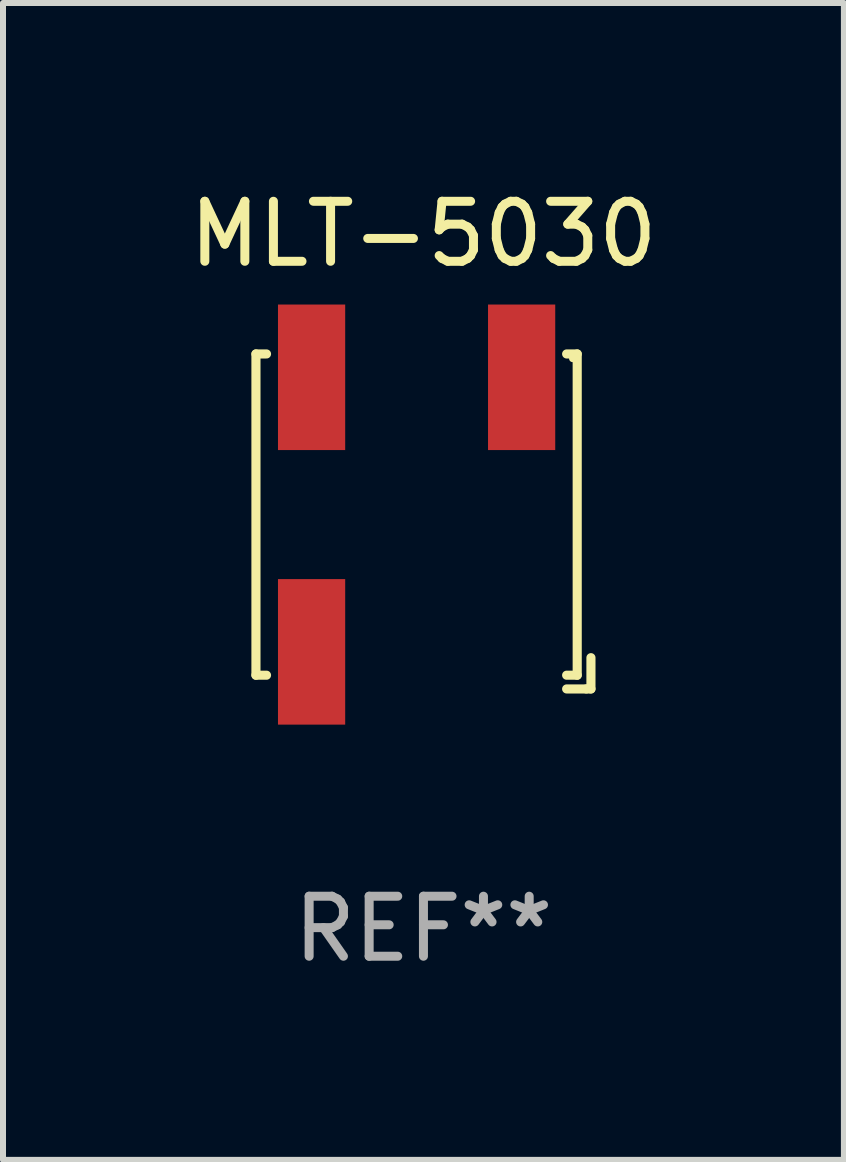
<source format=kicad_pcb>
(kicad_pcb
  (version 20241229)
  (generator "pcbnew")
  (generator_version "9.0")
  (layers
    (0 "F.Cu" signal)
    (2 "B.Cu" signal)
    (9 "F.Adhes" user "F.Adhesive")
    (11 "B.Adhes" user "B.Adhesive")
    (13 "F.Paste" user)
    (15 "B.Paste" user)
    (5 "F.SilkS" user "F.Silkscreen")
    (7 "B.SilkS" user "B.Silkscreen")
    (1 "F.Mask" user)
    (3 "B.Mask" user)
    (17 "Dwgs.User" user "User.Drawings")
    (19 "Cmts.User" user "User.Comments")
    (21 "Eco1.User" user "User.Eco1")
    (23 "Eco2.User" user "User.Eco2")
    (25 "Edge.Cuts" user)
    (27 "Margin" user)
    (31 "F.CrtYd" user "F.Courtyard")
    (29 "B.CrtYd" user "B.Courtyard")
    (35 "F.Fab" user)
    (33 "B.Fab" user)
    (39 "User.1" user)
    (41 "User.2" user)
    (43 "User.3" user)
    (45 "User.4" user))
  (footprint "MLT-5030"
    (layer "F.Cu")
    (at 4.006 5.639)
    (property "Reference" "MLT-5030" (at 0 -4.79 0) (layer "F.SilkS") (effects (font (size 1 1) (thickness 0.15))))
    (attr through_hole)
    (fp_line (start -2.791 -2.791) (end -2.791 2.562) (stroke (width 0.152) (type solid)) (layer "F.SilkS"))
    (fp_line (start -2.791 2.562) (end -2.615 2.562) (stroke (width 0.152) (type solid)) (layer "F.SilkS"))
    (fp_line (start -2.615 -2.791) (end -2.791 -2.791) (stroke (width 0.152) (type solid)) (layer "F.SilkS"))
    (fp_line (start 2.386 -2.791) (end 2.562 -2.791) (stroke (width 0.152) (type solid)) (layer "F.SilkS"))
    (fp_line (start 2.386 2.791) (end 2.714 2.791) (stroke (width 0.152) (type solid)) (layer "F.SilkS"))
    (fp_line (start 2.562 -2.791) (end 2.562 2.562) (stroke (width 0.152) (type solid)) (layer "F.SilkS"))
    (fp_line (start 2.562 2.562) (end 2.386 2.562) (stroke (width 0.152) (type solid)) (layer "F.SilkS"))
    (fp_line (start 2.714 2.791) (end 2.791 2.791) (stroke (width 0.152) (type solid)) (layer "F.SilkS"))
    (fp_line (start 2.791 2.791) (end 2.791 2.27) (stroke (width 0.152) (type solid)) (layer "F.SilkS"))
    (fp_circle (center 2.486 -2.714) (end 2.516 -2.714) (stroke (width 0.06) (type solid)) (fill no) (layer "F.SilkS"))
    (fp_text user "REF**" (at 0 6.79 0) (layer "F.Fab") (effects (font (size 1 1) (thickness 0.15))))
    (pad "1" smd rect (at 1.636 -2.402 180) (size 1.12 2.425) (layers "F.Cu" "F.Mask" "F.Paste"))
    (pad "2" smd rect (at -1.864 -2.402 180) (size 1.12 2.425) (layers "F.Cu" "F.Mask" "F.Paste"))
    (pad "3" smd rect (at -1.864 2.173 180) (size 1.12 2.425) (layers "F.Cu" "F.Mask" "F.Paste")))
  (gr_rect
    (start -3 -3)
    (end 11.012 16.277)
    (stroke (width 0.1) (type default))
    (fill no)
    (layer "Edge.Cuts")))
</source>
